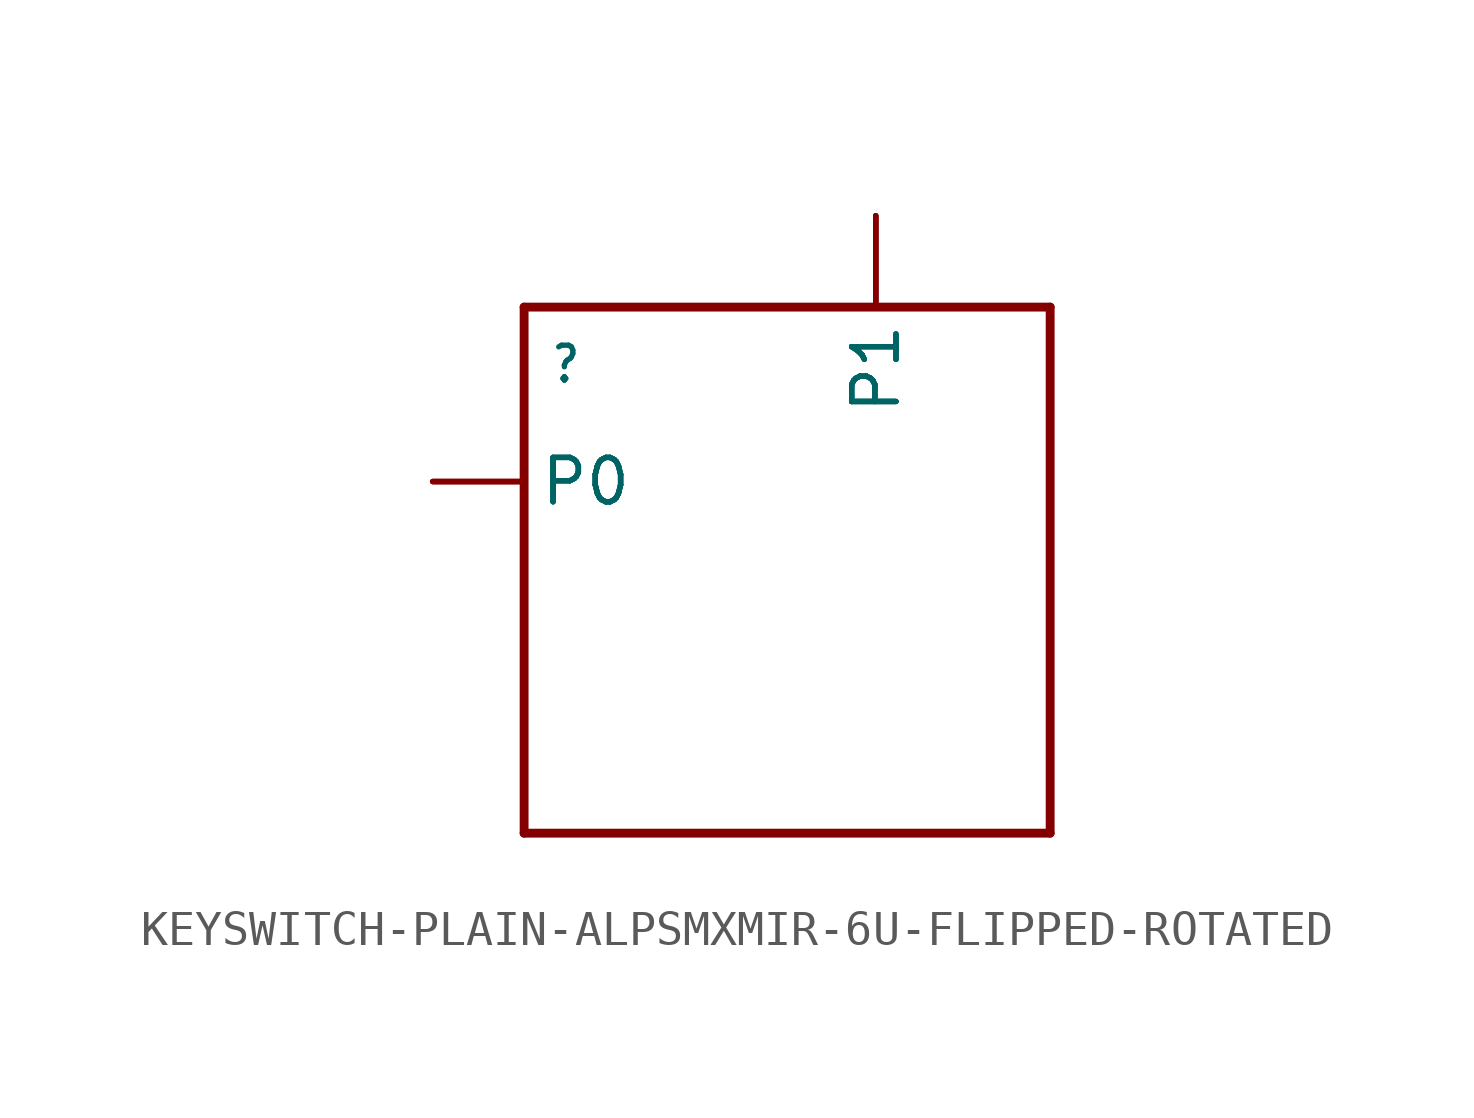
<source format=kicad_sym>
(kicad_symbol_lib
  (version 20211014)
  (generator kicad_symbol_editor)
  (symbol "KEYSWITCH-PLAIN-ALPSMXMIR-6U-FLIPPED-ROTATED"
    (property "Reference" ""
      (at -6.81 5.318 0)
      (effects (font (size 1 0.85)) (justify left bottom)))
    (property "ki_locked" ""
      (at 0 0 0)
      (effects (font (size 1.27 1.27))))
    (symbol "KEYSWITCH-PLAIN-ALPSMXMIR-6U-FLIPPED-ROTATED_1_0"
      (polyline (pts (xy -7.54 -7.54) (xy -7.54 7.54)) (stroke (width 0.254) (type default) (color 0 0 0 0)) (fill (type none)))
      (polyline (pts (xy -7.54 7.54) (xy 7.54 7.54)) (stroke (width 0.254) (type default) (color 0 0 0 0)) (fill (type none)))
      (polyline (pts (xy 7.54 -7.54) (xy -7.54 -7.54)) (stroke (width 0.254) (type default) (color 0 0 0 0)) (fill (type none)))
      (polyline (pts (xy 7.54 7.54) (xy 7.54 -7.54)) (stroke (width 0.254) (type default) (color 0 0 0 0)) (fill (type none)))
      (pin bidirectional line (at -10.16 2.54 0) (length 2.54) (name "P0" (effects (font (size 1.27 1.27)))) (number "ALPS1" (effects (font (size 0 0)))))
      (pin bidirectional line (at 2.54 10.16 270) (length 2.54) (name "P1" (effects (font (size 1.27 1.27)))) (number "ALPS2" (effects (font (size 0 0)))))
      (pin bidirectional line (at -10.16 2.54 0) (length 2.54) (name "P0" (effects (font (size 1.27 1.27)))) (number "ALPS3" (effects (font (size 0 0)))))
      (pin bidirectional line (at 2.54 10.16 270) (length 2.54) (name "P1" (effects (font (size 1.27 1.27)))) (number "ALPS4" (effects (font (size 0 0)))))
      (pin bidirectional line (at -10.16 2.54 0) (length 2.54) (name "P0" (effects (font (size 1.27 1.27)))) (number "MX1" (effects (font (size 0 0)))))
      (pin bidirectional line (at 2.54 10.16 270) (length 2.54) (name "P1" (effects (font (size 1.27 1.27)))) (number "MX2" (effects (font (size 0 0)))))
      (pin bidirectional line (at -10.16 2.54 0) (length 2.54) (name "P0" (effects (font (size 1.27 1.27)))) (number "MX3" (effects (font (size 0 0)))))
      (pin bidirectional line (at 2.54 10.16 270) (length 2.54) (name "P1" (effects (font (size 1.27 1.27)))) (number "MX4" (effects (font (size 0 0))))))))
</source>
